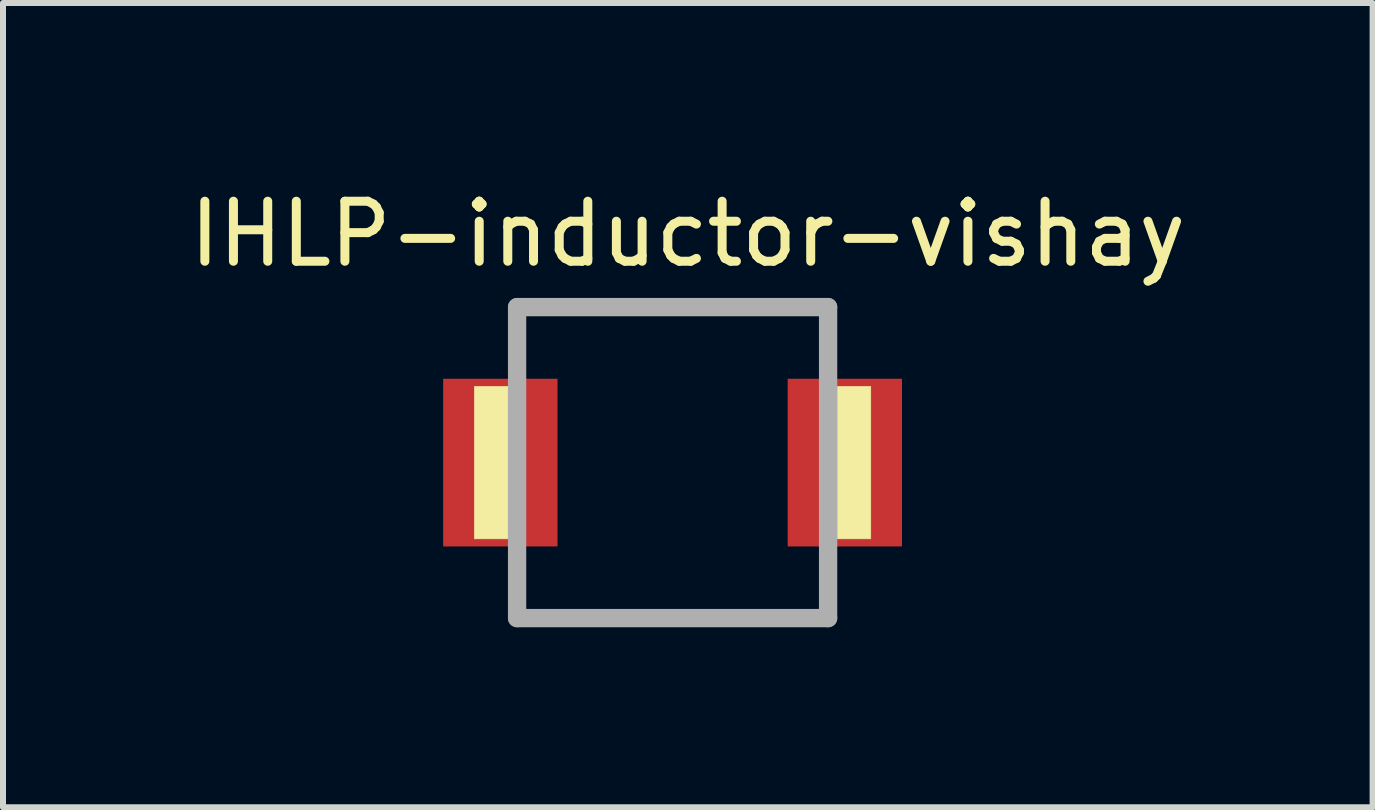
<source format=kicad_pcb>
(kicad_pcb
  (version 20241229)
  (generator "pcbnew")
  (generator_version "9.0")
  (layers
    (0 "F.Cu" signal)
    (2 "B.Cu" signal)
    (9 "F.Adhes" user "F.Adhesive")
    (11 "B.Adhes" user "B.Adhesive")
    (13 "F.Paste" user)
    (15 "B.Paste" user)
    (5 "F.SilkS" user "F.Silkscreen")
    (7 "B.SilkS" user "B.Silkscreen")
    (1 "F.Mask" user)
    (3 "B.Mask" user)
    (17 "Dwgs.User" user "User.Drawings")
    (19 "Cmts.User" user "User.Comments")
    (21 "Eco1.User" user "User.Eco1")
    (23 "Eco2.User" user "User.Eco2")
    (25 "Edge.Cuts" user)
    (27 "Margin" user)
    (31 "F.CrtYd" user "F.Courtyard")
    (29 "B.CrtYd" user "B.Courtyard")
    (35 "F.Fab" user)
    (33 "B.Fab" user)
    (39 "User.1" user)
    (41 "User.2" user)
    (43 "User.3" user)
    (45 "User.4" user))
  (footprint "IHLP-inductor-vishay"
    (layer "F.Cu")
    (at 8.157 4.658)
    (property "Reference" "IHLP-inductor-vishay" (at 0.254 -3.81 0) (layer "F.SilkS") (effects (font (size 1 1) (thickness 0.15))))
    (attr smd)
    (fp_poly (pts (xy -3.302 -1.27) (xy -2.743 -1.27) (xy -2.743 1.27) (xy -3.302 1.27)) (stroke (width 0.01) (type solid)) (fill yes) (layer "F.SilkS"))
    (fp_poly (pts (xy 2.743 -1.27) (xy 3.302 -1.27) (xy 3.302 1.27) (xy 2.743 1.27)) (stroke (width 0.01) (type solid)) (fill yes) (layer "F.SilkS"))
    (fp_line (start -2.591 -2.591) (end -2.591 2.591) (stroke (width 0.305) (type solid)) (layer "F.Fab"))
    (fp_line (start -2.591 -2.591) (end 2.591 -2.591) (stroke (width 0.305) (type solid)) (layer "F.Fab"))
    (fp_line (start -2.591 2.591) (end 2.591 2.591) (stroke (width 0.305) (type solid)) (layer "F.Fab"))
    (fp_line (start 2.591 2.591) (end 2.591 -2.591) (stroke (width 0.305) (type solid)) (layer "F.Fab"))
    (pad "1" smd rect (at -2.87 0) (size 1.905 2.794) (layers "F.Cu" "F.Mask" "F.Paste"))
    (pad "2" smd rect (at 2.87 0) (size 1.905 2.794) (layers "F.Cu" "F.Mask" "F.Paste")))
  (gr_rect
    (start -3 -3)
    (end 19.821 10.401)
    (stroke (width 0.1) (type default))
    (fill no)
    (layer "Edge.Cuts")))
</source>
